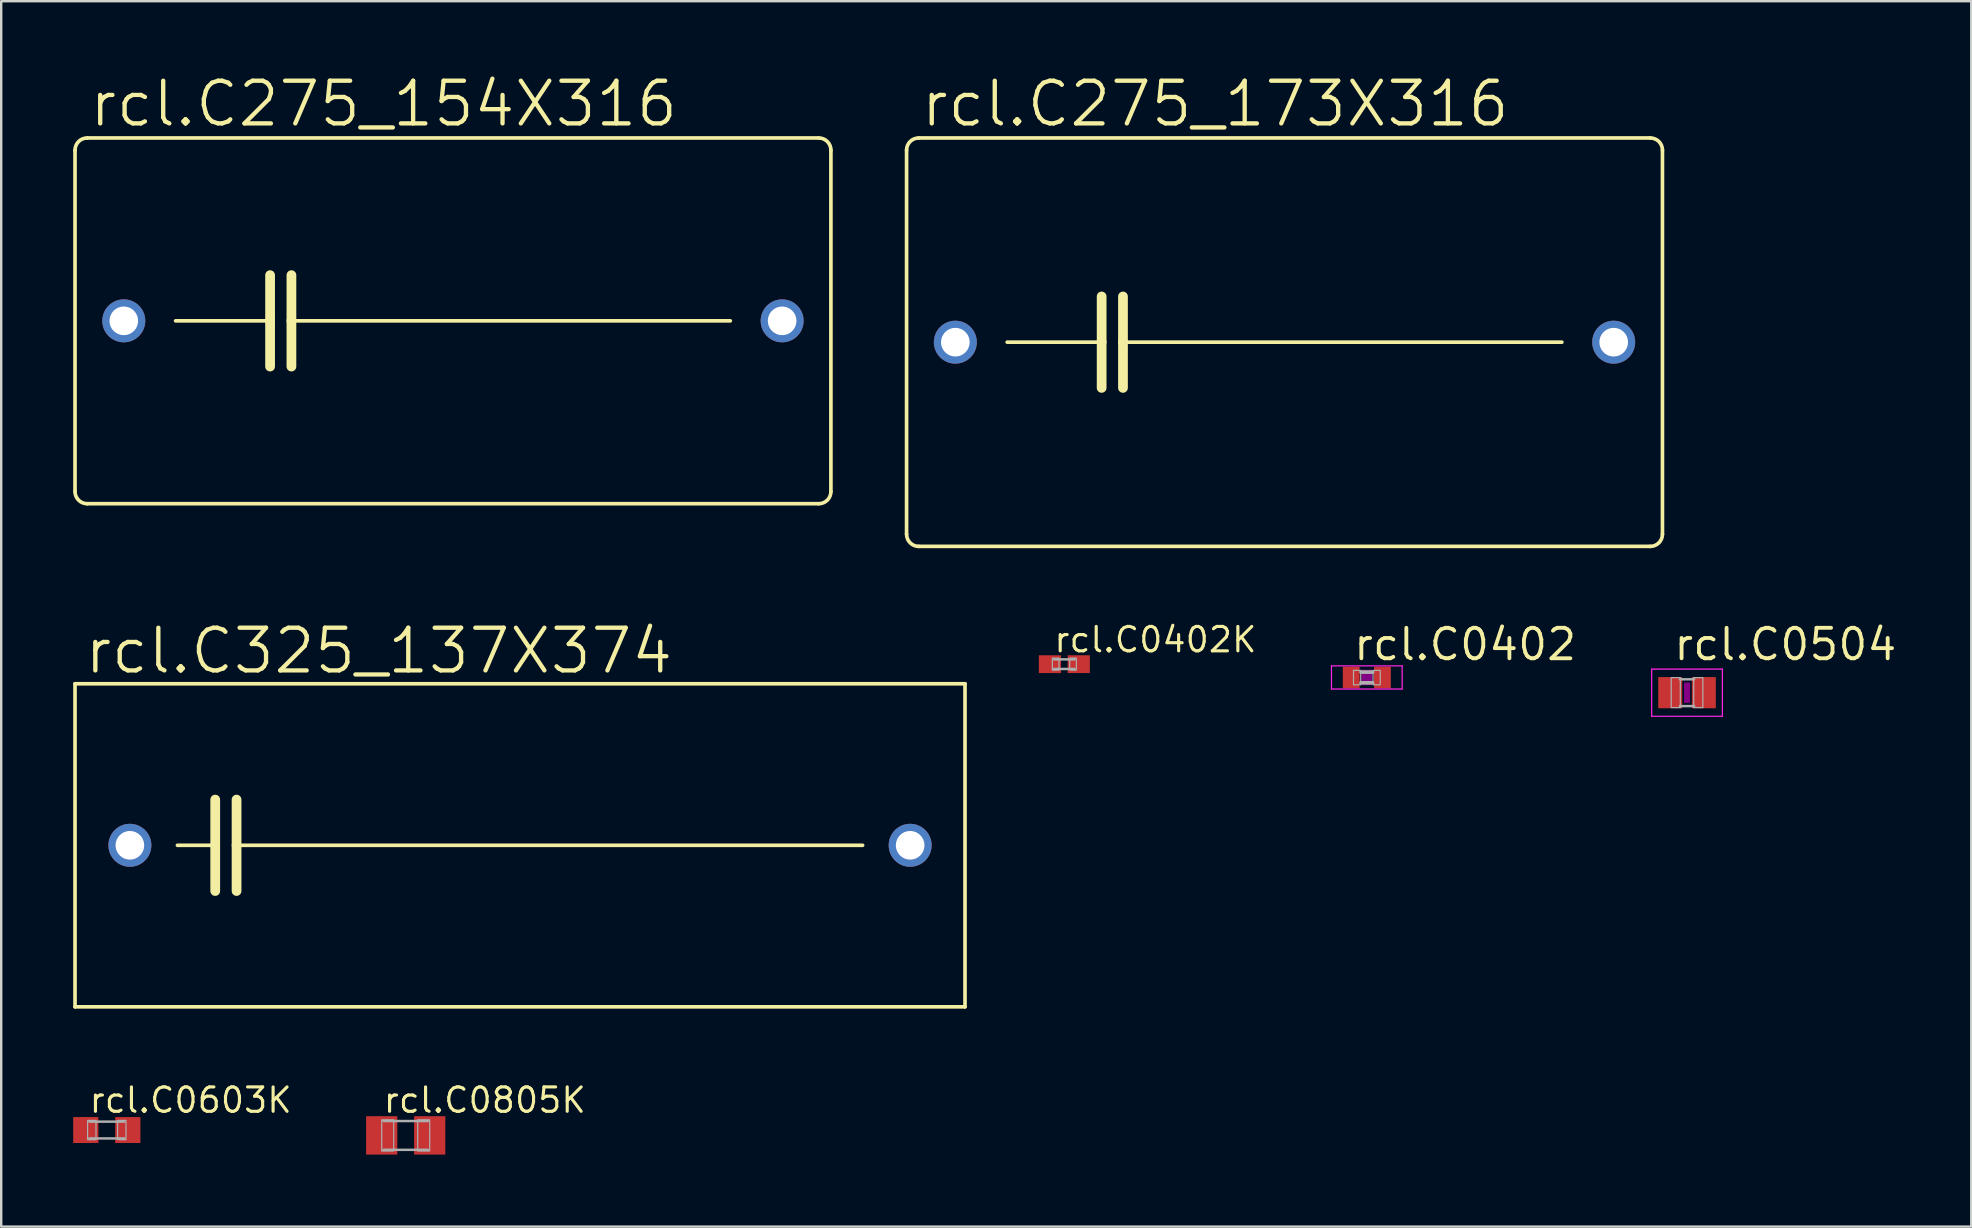
<source format=kicad_pcb>
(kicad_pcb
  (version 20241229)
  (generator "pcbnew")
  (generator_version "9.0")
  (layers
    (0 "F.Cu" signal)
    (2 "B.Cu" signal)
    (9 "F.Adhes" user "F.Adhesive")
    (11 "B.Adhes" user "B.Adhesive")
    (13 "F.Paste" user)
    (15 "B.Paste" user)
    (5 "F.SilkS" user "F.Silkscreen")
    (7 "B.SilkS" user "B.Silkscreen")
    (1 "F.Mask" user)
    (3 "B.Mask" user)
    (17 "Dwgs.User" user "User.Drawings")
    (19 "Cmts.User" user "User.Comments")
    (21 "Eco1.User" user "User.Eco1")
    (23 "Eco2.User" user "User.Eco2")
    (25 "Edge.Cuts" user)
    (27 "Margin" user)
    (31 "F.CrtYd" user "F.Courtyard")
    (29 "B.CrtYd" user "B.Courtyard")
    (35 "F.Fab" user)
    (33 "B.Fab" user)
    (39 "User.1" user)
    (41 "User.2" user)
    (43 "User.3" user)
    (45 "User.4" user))
  (footprint "rcl.C0805K"
    (layer "F.Cu")
    (at 13.855 44.261)
    (property "Reference" "rcl.C0805K" (at -1 -0.875 0) (layer "F.SilkS") (effects (font (size 1.016 1.016) (thickness 0.13)) (justify left bottom)))
    (attr smd)
    (fp_line (start -0.925 -0.6) (end 0.925 -0.6) (stroke (width 0.102) (type default)) (layer "F.Fab"))
    (fp_line (start 0.925 0.6) (end -0.925 0.6) (stroke (width 0.102) (type default)) (layer "F.Fab"))
    (fp_rect (start -1 0.65) (end -0.5 -0.65) (stroke (width 0.05) (type default)) (fill no) (layer "F.Fab"))
    (fp_rect (start 0.5 0.65) (end 1 -0.65) (stroke (width 0.05) (type default)) (fill no) (layer "F.Fab"))
    (pad "1" smd roundrect (at -1 0) (size 1.3 1.6) (layers "F.Cu" "F.Mask" "F.Paste") (roundrect_rratio 0.01))
    (pad "2" smd roundrect (at 1 0) (size 1.3 1.6) (layers "F.Cu" "F.Mask" "F.Paste") (roundrect_rratio 0.01)))
  (footprint "rcl.C325_137X374"
    (layer "F.Cu")
    (at 18.618 32.172)
    (property "Reference" "rcl.C325_137X374" (at -18.237 -7.061 0) (layer "F.SilkS") (effects (font (size 1.778 1.778) (thickness 0.18)) (justify left bottom)))
    (attr through_hole)
    (fp_line (start -18.542 -6.731) (end -18.542 6.731) (stroke (width 0.152) (type default)) (layer "F.SilkS"))
    (fp_line (start -18.542 6.731) (end 18.542 6.731) (stroke (width 0.152) (type default)) (layer "F.SilkS"))
    (fp_line (start -14.275 0) (end -12.7 0) (stroke (width 0.152) (type default)) (layer "F.SilkS"))
    (fp_line (start -12.7 -1.905) (end -12.7 0) (stroke (width 0.406) (type default)) (layer "F.SilkS"))
    (fp_line (start -12.7 0) (end -12.7 1.905) (stroke (width 0.406) (type default)) (layer "F.SilkS"))
    (fp_line (start -11.811 -1.905) (end -11.811 0) (stroke (width 0.406) (type default)) (layer "F.SilkS"))
    (fp_line (start -11.811 0) (end -11.811 1.905) (stroke (width 0.406) (type default)) (layer "F.SilkS"))
    (fp_line (start -11.811 0) (end 14.275 0) (stroke (width 0.152) (type default)) (layer "F.SilkS"))
    (fp_line (start 18.542 -6.731) (end -18.542 -6.731) (stroke (width 0.152) (type default)) (layer "F.SilkS"))
    (fp_line (start 18.542 -6.731) (end 18.542 6.731) (stroke (width 0.152) (type default)) (layer "F.SilkS"))
    (pad "1" thru_hole circle (at -16.256 0) (size 1.791 1.791) (drill 1.194) (layers "*.Cu" "*.Mask"))
    (pad "2" thru_hole circle (at 16.256 0) (size 1.791 1.791) (drill 1.194) (layers "*.Cu" "*.Mask")))
  (footprint "rcl.C275_154X316"
    (layer "F.Cu")
    (at 15.824 10.319)
    (property "Reference" "rcl.C275_154X316" (at -15.24 -8.001 0) (layer "F.SilkS") (effects (font (size 1.778 1.778) (thickness 0.18)) (justify left bottom)))
    (attr through_hole)
    (fp_line (start -15.748 7.112) (end -15.748 -7.112) (stroke (width 0.152) (type default)) (layer "F.SilkS"))
    (fp_line (start -15.24 -7.62) (end 15.24 -7.62) (stroke (width 0.152) (type default)) (layer "F.SilkS"))
    (fp_line (start -11.557 0) (end -7.62 0) (stroke (width 0.152) (type default)) (layer "F.SilkS"))
    (fp_line (start -7.62 -1.905) (end -7.62 0) (stroke (width 0.406) (type default)) (layer "F.SilkS"))
    (fp_line (start -7.62 0) (end -7.62 1.905) (stroke (width 0.406) (type default)) (layer "F.SilkS"))
    (fp_line (start -6.731 -1.905) (end -6.731 0) (stroke (width 0.406) (type default)) (layer "F.SilkS"))
    (fp_line (start -6.731 0) (end -6.731 1.905) (stroke (width 0.406) (type default)) (layer "F.SilkS"))
    (fp_line (start -6.731 0) (end 11.557 0) (stroke (width 0.152) (type default)) (layer "F.SilkS"))
    (fp_line (start 15.24 7.62) (end -15.24 7.62) (stroke (width 0.152) (type default)) (layer "F.SilkS"))
    (fp_line (start 15.748 -7.112) (end 15.748 7.112) (stroke (width 0.152) (type default)) (layer "F.SilkS"))
    (fp_arc (start -15.748 -7.112) (mid -15.59921 -7.47121) (end -15.24 -7.62) (stroke (width 0.1524) (type default)) (layer "F.SilkS"))
    (fp_arc (start -15.24 7.62) (mid -15.59921 7.47121) (end -15.748 7.112) (stroke (width 0.1524) (type default)) (layer "F.SilkS"))
    (fp_arc (start 15.24 -7.62) (mid 15.59921 -7.47121) (end 15.748 -7.112) (stroke (width 0.1524) (type default)) (layer "F.SilkS"))
    (fp_arc (start 15.748 7.112) (mid 15.59921 7.47121) (end 15.24 7.62) (stroke (width 0.1524) (type default)) (layer "F.SilkS"))
    (pad "1" thru_hole circle (at -13.716 0) (size 1.791 1.791) (drill 1.194) (layers "*.Cu" "*.Mask"))
    (pad "2" thru_hole circle (at 13.716 0) (size 1.791 1.791) (drill 1.194) (layers "*.Cu" "*.Mask")))
  (footprint "rcl.C275_173X316"
    (layer "F.Cu")
    (at 50.473 11.208)
    (property "Reference" "rcl.C275_173X316" (at -15.24 -8.89 0) (layer "F.SilkS") (effects (font (size 1.778 1.778) (thickness 0.18)) (justify left bottom)))
    (attr through_hole)
    (fp_line (start -15.748 8.001) (end -15.748 -8.001) (stroke (width 0.152) (type default)) (layer "F.SilkS"))
    (fp_line (start -15.24 -8.509) (end 15.24 -8.509) (stroke (width 0.152) (type default)) (layer "F.SilkS"))
    (fp_line (start -11.557 0) (end -7.62 0) (stroke (width 0.152) (type default)) (layer "F.SilkS"))
    (fp_line (start -7.62 -1.905) (end -7.62 0) (stroke (width 0.406) (type default)) (layer "F.SilkS"))
    (fp_line (start -7.62 0) (end -7.62 1.905) (stroke (width 0.406) (type default)) (layer "F.SilkS"))
    (fp_line (start -6.731 -1.905) (end -6.731 0) (stroke (width 0.406) (type default)) (layer "F.SilkS"))
    (fp_line (start -6.731 0) (end -6.731 1.905) (stroke (width 0.406) (type default)) (layer "F.SilkS"))
    (fp_line (start -6.731 0) (end 11.557 0) (stroke (width 0.152) (type default)) (layer "F.SilkS"))
    (fp_line (start 15.24 8.509) (end -15.24 8.509) (stroke (width 0.152) (type default)) (layer "F.SilkS"))
    (fp_line (start 15.748 -8.001) (end 15.748 8.001) (stroke (width 0.152) (type default)) (layer "F.SilkS"))
    (fp_arc (start -15.748 -8.001) (mid -15.59921 -8.36021) (end -15.24 -8.509) (stroke (width 0.1524) (type default)) (layer "F.SilkS"))
    (fp_arc (start -15.24 8.509) (mid -15.59921 8.36021) (end -15.748 8.001) (stroke (width 0.1524) (type default)) (layer "F.SilkS"))
    (fp_arc (start 15.24 -8.509) (mid 15.59921 -8.36021) (end 15.748 -8.001) (stroke (width 0.1524) (type default)) (layer "F.SilkS"))
    (fp_arc (start 15.748 8.001) (mid 15.59921 8.36021) (end 15.24 8.509) (stroke (width 0.1524) (type default)) (layer "F.SilkS"))
    (pad "1" thru_hole circle (at -13.716 0) (size 1.791 1.791) (drill 1.194) (layers "*.Cu" "*.Mask"))
    (pad "2" thru_hole circle (at 13.716 0) (size 1.791 1.791) (drill 1.194) (layers "*.Cu" "*.Mask")))
  (footprint "rcl.C0504"
    (layer "F.Cu")
    (at 67.245 25.813)
    (property "Reference" "rcl.C0504" (at -0.635 -1.27 0) (layer "F.SilkS") (effects (font (size 1.27 1.27) (thickness 0.16)) (justify left bottom)))
    (attr smd)
    (fp_rect (start -0.1 0.4) (end 0.1 -0.4) (stroke (width 0.05) (type default)) (fill yes) (layer "F.Adhes"))
    (fp_line (start -1.473 -0.983) (end 1.473 -0.983) (stroke (width 0.051) (type default)) (layer "F.CrtYd"))
    (fp_line (start -1.473 0.983) (end -1.473 -0.983) (stroke (width 0.051) (type default)) (layer "F.CrtYd"))
    (fp_line (start 1.473 -0.983) (end 1.473 0.983) (stroke (width 0.051) (type default)) (layer "F.CrtYd"))
    (fp_line (start 1.473 0.983) (end -1.473 0.983) (stroke (width 0.051) (type default)) (layer "F.CrtYd"))
    (fp_line (start -0.294 -0.559) (end 0.294 -0.559) (stroke (width 0.102) (type default)) (layer "F.Fab"))
    (fp_line (start -0.294 0.559) (end 0.294 0.559) (stroke (width 0.102) (type default)) (layer "F.Fab"))
    (fp_rect (start -0.66 0.622) (end -0.28 -0.628) (stroke (width 0.05) (type default)) (fill no) (layer "F.Fab"))
    (fp_rect (start 0.279 0.622) (end 0.659 -0.628) (stroke (width 0.05) (type default)) (fill no) (layer "F.Fab"))
    (pad "1" smd roundrect (at -0.7 0) (size 1 1.3) (layers "F.Cu" "F.Mask" "F.Paste") (roundrect_rratio 0.01))
    (pad "2" smd roundrect (at 0.7 0) (size 1 1.3) (layers "F.Cu" "F.Mask" "F.Paste") (roundrect_rratio 0.01)))
  (footprint "rcl.C0402"
    (layer "F.Cu")
    (at 53.902 25.178)
    (property "Reference" "rcl.C0402" (at -0.635 -0.635 0) (layer "F.SilkS") (effects (font (size 1.27 1.27) (thickness 0.16)) (justify left bottom)))
    (attr smd)
    (fp_rect (start -0.2 0.3) (end 0.2 -0.3) (stroke (width 0.05) (type default)) (fill yes) (layer "F.Adhes"))
    (fp_line (start -1.473 -0.483) (end 1.473 -0.483) (stroke (width 0.051) (type default)) (layer "F.CrtYd"))
    (fp_line (start -1.473 0.483) (end -1.473 -0.483) (stroke (width 0.051) (type default)) (layer "F.CrtYd"))
    (fp_line (start 1.473 -0.483) (end 1.473 0.483) (stroke (width 0.051) (type default)) (layer "F.CrtYd"))
    (fp_line (start 1.473 0.483) (end -1.473 0.483) (stroke (width 0.051) (type default)) (layer "F.CrtYd"))
    (fp_line (start -0.245 -0.224) (end 0.245 -0.224) (stroke (width 0.152) (type default)) (layer "F.Fab"))
    (fp_line (start 0.245 0.224) (end -0.245 0.224) (stroke (width 0.152) (type default)) (layer "F.Fab"))
    (fp_rect (start -0.554 0.305) (end -0.254 -0.295) (stroke (width 0.05) (type default)) (fill no) (layer "F.Fab"))
    (fp_rect (start 0.259 0.305) (end 0.559 -0.295) (stroke (width 0.05) (type default)) (fill no) (layer "F.Fab"))
    (pad "1" smd roundrect (at -0.65 0) (size 0.7 0.9) (layers "F.Cu" "F.Mask" "F.Paste") (roundrect_rratio 0.01))
    (pad "2" smd roundrect (at 0.65 0) (size 0.7 0.9) (layers "F.Cu" "F.Mask" "F.Paste") (roundrect_rratio 0.01)))
  (footprint "rcl.C0603K"
    (layer "F.Cu")
    (at 1.4 44.036)
    (property "Reference" "rcl.C0603K" (at -0.8 -0.65 0) (layer "F.SilkS") (effects (font (size 1.016 1.016) (thickness 0.13)) (justify left bottom)))
    (attr smd)
    (fp_line (start -0.725 -0.35) (end 0.725 -0.35) (stroke (width 0.102) (type default)) (layer "F.Fab"))
    (fp_line (start 0.725 0.35) (end -0.725 0.35) (stroke (width 0.102) (type default)) (layer "F.Fab"))
    (fp_rect (start -0.8 0.4) (end -0.45 -0.4) (stroke (width 0.05) (type default)) (fill no) (layer "F.Fab"))
    (fp_rect (start 0.45 0.4) (end 0.8 -0.4) (stroke (width 0.05) (type default)) (fill no) (layer "F.Fab"))
    (pad "1" smd roundrect (at -0.875 0) (size 1.05 1.08) (layers "F.Cu" "F.Mask" "F.Paste") (roundrect_rratio 0.01))
    (pad "2" smd roundrect (at 0.875 0) (size 1.05 1.08) (layers "F.Cu" "F.Mask" "F.Paste") (roundrect_rratio 0.01)))
  (footprint "rcl.C0402K"
    (layer "F.Cu")
    (at 41.299 24.624)
    (property "Reference" "rcl.C0402K" (at -0.5 -0.425 0) (layer "F.SilkS") (effects (font (size 1.016 1.016) (thickness 0.13)) (justify left bottom)))
    (attr smd)
    (fp_line (start -0.425 -0.2) (end 0.425 -0.2) (stroke (width 0.102) (type default)) (layer "F.Fab"))
    (fp_line (start 0.425 0.2) (end -0.425 0.2) (stroke (width 0.102) (type default)) (layer "F.Fab"))
    (fp_rect (start -0.5 0.25) (end -0.225 -0.25) (stroke (width 0.05) (type default)) (fill no) (layer "F.Fab"))
    (fp_rect (start 0.225 0.25) (end 0.5 -0.25) (stroke (width 0.05) (type default)) (fill no) (layer "F.Fab"))
    (pad "1" smd roundrect (at -0.6 0) (size 0.925 0.74) (layers "F.Cu" "F.Mask" "F.Paste") (roundrect_rratio 0.01))
    (pad "2" smd roundrect (at 0.6 0) (size 0.925 0.74) (layers "F.Cu" "F.Mask" "F.Paste") (roundrect_rratio 0.01)))
  (gr_rect
    (start -3 -3)
    (end 79.088 48.061)
    (stroke (width 0.1) (type default))
    (fill no)
    (layer "Edge.Cuts")))
</source>
